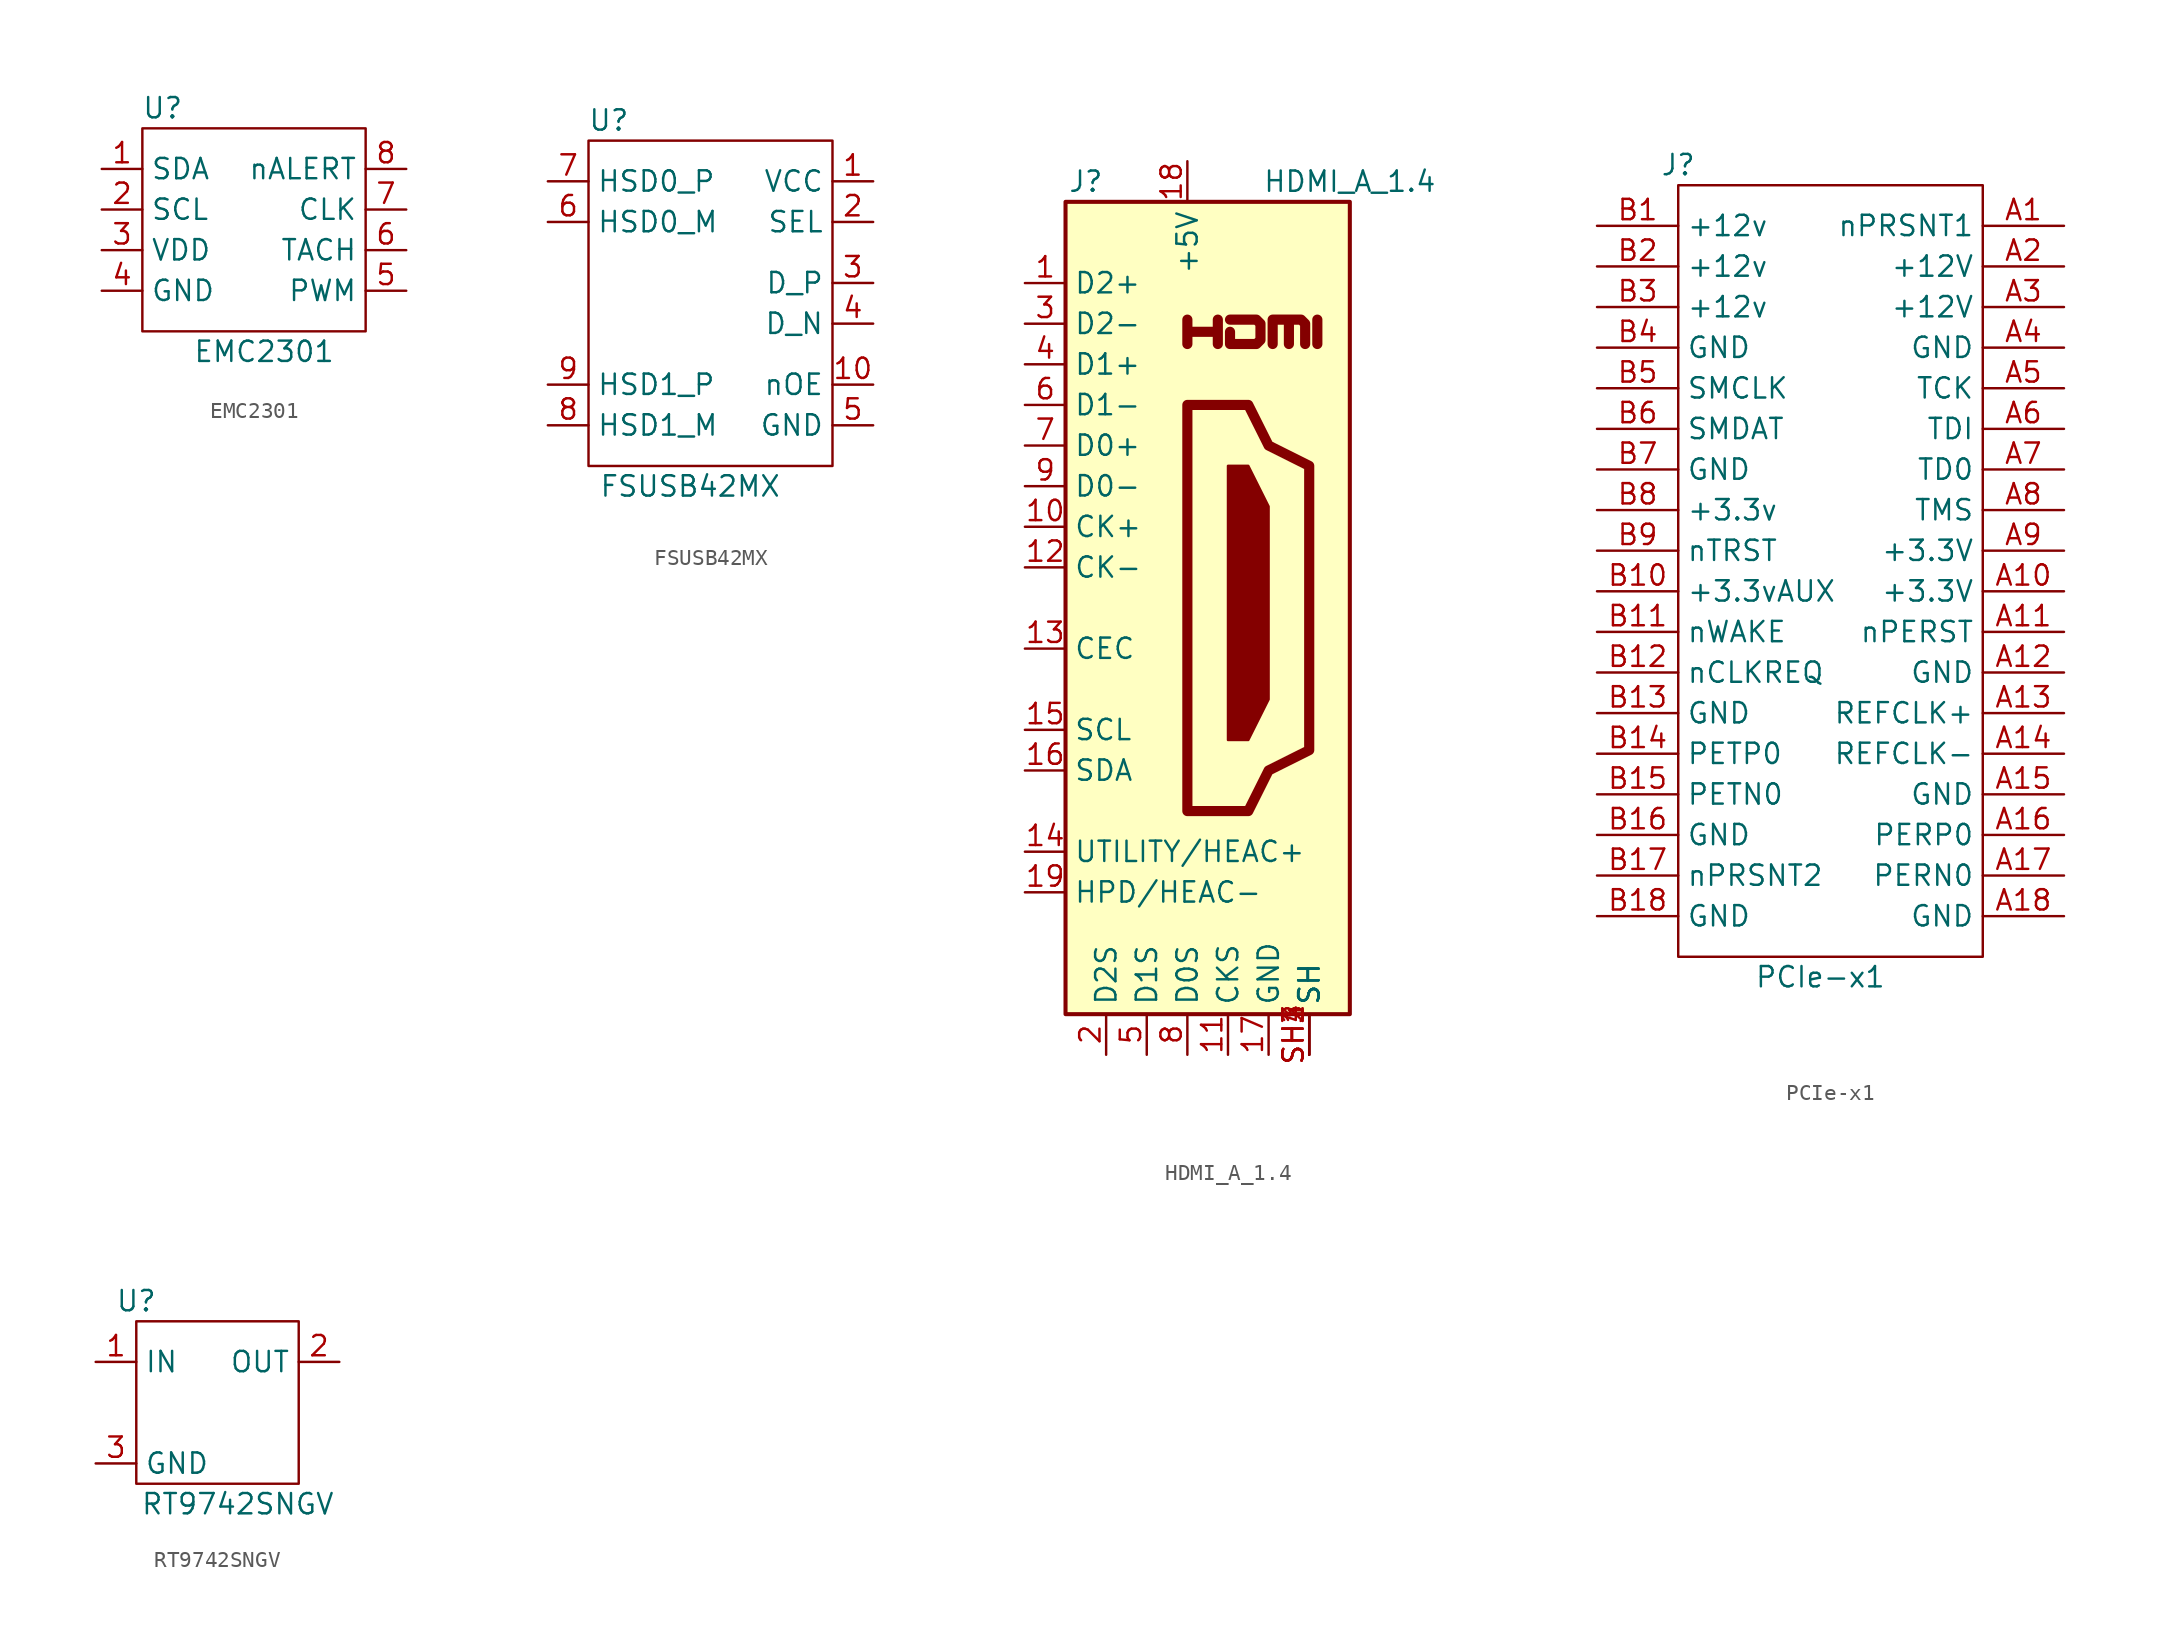
<source format=kicad_sym>
(kicad_symbol_lib
  (version 20201005)
  (generator kicad_symbol_editor)
  (symbol "AP2100:EMC2301"
    (property "Reference" "U"
      (at -7.62 13.97 0)
      (effects (font (size 1.27 1.27))))
    (property "Value" "EMC2301"
      (at -1.27 -1.27 0)
      (effects (font (size 1.27 1.27))))
    (symbol "EMC2301_0_1"
      (rectangle (start -8.89 12.7) (end 5.08 0) (stroke (width 0)) (fill (type none))))
    (symbol "EMC2301_0_0"
      (pin open_collector line (at -11.43 10.16 0) (length 2.54) (name "SDA" (effects (font (size 1.27 1.27)))) (number "1" (effects (font (size 1.27 1.27)))))
      (pin open_collector line (at -11.43 7.62 0) (length 2.54) (name "SCL" (effects (font (size 1.27 1.27)))) (number "2" (effects (font (size 1.27 1.27)))))
      (pin power_in line (at -11.43 5.08 0) (length 2.54) (name "VDD" (effects (font (size 1.27 1.27)))) (number "3" (effects (font (size 1.27 1.27)))))
      (pin power_in line (at -11.43 2.54 0) (length 2.54) (name "GND" (effects (font (size 1.27 1.27)))) (number "4" (effects (font (size 1.27 1.27)))))
      (pin output line (at 7.62 2.54 180) (length 2.54) (name "PWM" (effects (font (size 1.27 1.27)))) (number "5" (effects (font (size 1.27 1.27)))))
      (pin input line (at 7.62 5.08 180) (length 2.54) (name "TACH" (effects (font (size 1.27 1.27)))) (number "6" (effects (font (size 1.27 1.27)))))
      (pin input line (at 7.62 7.62 180) (length 2.54) (name "CLK" (effects (font (size 1.27 1.27)))) (number "7" (effects (font (size 1.27 1.27)))))
      (pin open_collector line (at 7.62 10.16 180) (length 2.54) (name "nALERT" (effects (font (size 1.27 1.27)))) (number "8" (effects (font (size 1.27 1.27)))))))
  (symbol "AP2100:FSUSB42MX"
    (property "Reference" "U"
      (at -7.62 20.32 0)
      (effects (font (size 1.27 1.27))))
    (property "Value" "FSUSB42MX"
      (at -2.54 -2.54 0)
      (effects (font (size 1.27 1.27))))
    (symbol "FSUSB42MX_0_1"
      (rectangle (start -8.89 19.05) (end 6.35 -1.27) (stroke (width 0)) (fill (type none))))
    (symbol "FSUSB42MX_0_0"
      (pin power_in line (at 8.89 16.51 180) (length 2.54) (name "VCC" (effects (font (size 1.27 1.27)))) (number "1" (effects (font (size 1.27 1.27)))))
      (pin input line (at 8.89 3.81 180) (length 2.54) (name "nOE" (effects (font (size 1.27 1.27)))) (number "10" (effects (font (size 1.27 1.27)))))
      (pin input line (at 8.89 13.97 180) (length 2.54) (name "SEL" (effects (font (size 1.27 1.27)))) (number "2" (effects (font (size 1.27 1.27)))))
      (pin bidirectional line (at 8.89 10.16 180) (length 2.54) (name "D_P" (effects (font (size 1.27 1.27)))) (number "3" (effects (font (size 1.27 1.27)))))
      (pin bidirectional line (at 8.89 7.62 180) (length 2.54) (name "D_N" (effects (font (size 1.27 1.27)))) (number "4" (effects (font (size 1.27 1.27)))))
      (pin power_in line (at 8.89 1.27 180) (length 2.54) (name "GND" (effects (font (size 1.27 1.27)))) (number "5" (effects (font (size 1.27 1.27)))))
      (pin bidirectional line (at -11.43 13.97 0) (length 2.54) (name "HSD0_M" (effects (font (size 1.27 1.27)))) (number "6" (effects (font (size 1.27 1.27)))))
      (pin bidirectional line (at -11.43 16.51 0) (length 2.54) (name "HSD0_P" (effects (font (size 1.27 1.27)))) (number "7" (effects (font (size 1.27 1.27)))))
      (pin bidirectional line (at -11.43 1.27 0) (length 2.54) (name "HSD1_M" (effects (font (size 1.27 1.27)))) (number "8" (effects (font (size 1.27 1.27)))))
      (pin bidirectional line (at -11.43 3.81 0) (length 2.54) (name "HSD1_P" (effects (font (size 1.27 1.27)))) (number "9" (effects (font (size 1.27 1.27)))))))
  (symbol "AP2100:HDMI_A_1.4"
    (property "Reference" "J"
      (at -6.35 26.67 0)
      (effects (font (size 1.27 1.27))))
    (property "Value" "HDMI_A_1.4"
      (at 10.16 26.67 0)
      (effects (font (size 1.27 1.27))))
    (symbol "HDMI_A_1.4_0_1"
      (rectangle (start -7.62 25.4) (end 10.16 -25.4) (stroke (width 0.254)) (fill (type background)))
      (polyline (pts (xy 2.54 8.89) (xy 3.81 8.89) (xy 5.08 6.35) (xy 5.08 -5.715) (xy 3.81 -8.255) (xy 2.54 -8.255) (xy 2.54 8.89)) (stroke (width 0)) (fill (type outline)))
      (polyline (pts (xy 5.334 16.51) (xy 5.334 18.034) (xy 6.35 18.034) (xy 6.35 16.51) (xy 6.35 18.034) (xy 7.112 18.034) (xy 7.366 17.78) (xy 7.366 16.51)) (stroke (width 0.635)) (fill (type none)))
      (polyline (pts (xy 0 12.7) (xy 0 -12.7) (xy 3.81 -12.7) (xy 5.08 -10.16) (xy 7.62 -8.89) (xy 7.62 8.89) (xy 5.08 10.16) (xy 3.81 12.7) (xy 0 12.7)) (stroke (width 0.635)) (fill (type none))))
    (symbol "HDMI_A_1.4_0_0"
      (polyline (pts (xy 8.128 16.51) (xy 8.128 18.034)) (stroke (width 0.635)) (fill (type none)))
      (polyline (pts (xy 0 16.51) (xy 0 18.034) (xy 0 17.272) (xy 1.905 17.272) (xy 1.905 18.034) (xy 1.905 16.51)) (stroke (width 0.635)) (fill (type none)))
      (polyline (pts (xy 2.667 18.034) (xy 4.318 18.034) (xy 4.572 17.78) (xy 4.572 16.764) (xy 4.318 16.51) (xy 2.667 16.51) (xy 2.667 17.272)) (stroke (width 0.635)) (fill (type none)))
      (pin passive line (at 7.62 -27.94 90) (length 2.54) (name "SH" (effects (font (size 1.27 1.27)))) (number "SH2" (effects (font (size 1.27 1.27)))))
      (pin passive line (at 7.62 -27.94 90) (length 2.54) (name "SH" (effects (font (size 1.27 1.27)))) (number "SH3" (effects (font (size 1.27 1.27)))))
      (pin passive line (at 7.62 -27.94 90) (length 2.54) (name "SH" (effects (font (size 1.27 1.27)))) (number "SH4" (effects (font (size 1.27 1.27))))))
    (symbol "HDMI_A_1.4_1_1"
      (pin passive line (at -10.16 20.32 0) (length 2.54) (name "D2+" (effects (font (size 1.27 1.27)))) (number "1" (effects (font (size 1.27 1.27)))))
      (pin passive line (at -10.16 5.08 0) (length 2.54) (name "CK+" (effects (font (size 1.27 1.27)))) (number "10" (effects (font (size 1.27 1.27)))))
      (pin power_in line (at 2.54 -27.94 90) (length 2.54) (name "CKS" (effects (font (size 1.27 1.27)))) (number "11" (effects (font (size 1.27 1.27)))))
      (pin passive line (at -10.16 2.54 0) (length 2.54) (name "CK-" (effects (font (size 1.27 1.27)))) (number "12" (effects (font (size 1.27 1.27)))))
      (pin bidirectional line (at -10.16 -2.54 0) (length 2.54) (name "CEC" (effects (font (size 1.27 1.27)))) (number "13" (effects (font (size 1.27 1.27)))))
      (pin passive line (at -10.16 -15.24 0) (length 2.54) (name "UTILITY/HEAC+" (effects (font (size 1.27 1.27)))) (number "14" (effects (font (size 1.27 1.27)))))
      (pin passive line (at -10.16 -7.62 0) (length 2.54) (name "SCL" (effects (font (size 1.27 1.27)))) (number "15" (effects (font (size 1.27 1.27)))))
      (pin bidirectional line (at -10.16 -10.16 0) (length 2.54) (name "SDA" (effects (font (size 1.27 1.27)))) (number "16" (effects (font (size 1.27 1.27)))))
      (pin power_in line (at 5.08 -27.94 90) (length 2.54) (name "GND" (effects (font (size 1.27 1.27)))) (number "17" (effects (font (size 1.27 1.27)))))
      (pin power_in line (at 0 27.94 270) (length 2.54) (name "+5V" (effects (font (size 1.27 1.27)))) (number "18" (effects (font (size 1.27 1.27)))))
      (pin passive line (at -10.16 -17.78 0) (length 2.54) (name "HPD/HEAC-" (effects (font (size 1.27 1.27)))) (number "19" (effects (font (size 1.27 1.27)))))
      (pin power_in line (at -5.08 -27.94 90) (length 2.54) (name "D2S" (effects (font (size 1.27 1.27)))) (number "2" (effects (font (size 1.27 1.27)))))
      (pin passive line (at -10.16 17.78 0) (length 2.54) (name "D2-" (effects (font (size 1.27 1.27)))) (number "3" (effects (font (size 1.27 1.27)))))
      (pin passive line (at -10.16 15.24 0) (length 2.54) (name "D1+" (effects (font (size 1.27 1.27)))) (number "4" (effects (font (size 1.27 1.27)))))
      (pin power_in line (at -2.54 -27.94 90) (length 2.54) (name "D1S" (effects (font (size 1.27 1.27)))) (number "5" (effects (font (size 1.27 1.27)))))
      (pin passive line (at -10.16 12.7 0) (length 2.54) (name "D1-" (effects (font (size 1.27 1.27)))) (number "6" (effects (font (size 1.27 1.27)))))
      (pin passive line (at -10.16 10.16 0) (length 2.54) (name "D0+" (effects (font (size 1.27 1.27)))) (number "7" (effects (font (size 1.27 1.27)))))
      (pin power_in line (at 0 -27.94 90) (length 2.54) (name "D0S" (effects (font (size 1.27 1.27)))) (number "8" (effects (font (size 1.27 1.27)))))
      (pin passive line (at -10.16 7.62 0) (length 2.54) (name "D0-" (effects (font (size 1.27 1.27)))) (number "9" (effects (font (size 1.27 1.27)))))
      (pin passive line (at 7.62 -27.94 90) (length 2.54) (name "SH" (effects (font (size 1.27 1.27)))) (number "SH1" (effects (font (size 1.27 1.27)))))))
  (symbol "AP2100:PCIe-x1"
    (property "Reference" "J"
      (at -13.97 36.83 0)
      (effects (font (size 1.27 1.27))))
    (property "Value" "PCIe-x1"
      (at -5.08 -13.97 0)
      (effects (font (size 1.27 1.27))))
    (symbol "PCIe-x1_0_1"
      (rectangle (start -13.97 35.56) (end 5.08 -12.7) (stroke (width 0)) (fill (type none))))
    (symbol "PCIe-x1_0_0"
      (pin passive line (at 10.16 33.02 180) (length 5.08) (name "nPRSNT1" (effects (font (size 1.27 1.27)))) (number "A1" (effects (font (size 1.27 1.27)))))
      (pin power_in line (at 10.16 10.16 180) (length 5.08) (name "+3.3V" (effects (font (size 1.27 1.27)))) (number "A10" (effects (font (size 1.27 1.27)))))
      (pin input line (at 10.16 7.62 180) (length 5.08) (name "nPERST" (effects (font (size 1.27 1.27)))) (number "A11" (effects (font (size 1.27 1.27)))))
      (pin power_in line (at 10.16 5.08 180) (length 5.08) (name "GND" (effects (font (size 1.27 1.27)))) (number "A12" (effects (font (size 1.27 1.27)))))
      (pin input line (at 10.16 2.54 180) (length 5.08) (name "REFCLK+" (effects (font (size 1.27 1.27)))) (number "A13" (effects (font (size 1.27 1.27)))))
      (pin input line (at 10.16 0 180) (length 5.08) (name "REFCLK-" (effects (font (size 1.27 1.27)))) (number "A14" (effects (font (size 1.27 1.27)))))
      (pin power_in line (at 10.16 -2.54 180) (length 5.08) (name "GND" (effects (font (size 1.27 1.27)))) (number "A15" (effects (font (size 1.27 1.27)))))
      (pin output line (at 10.16 -5.08 180) (length 5.08) (name "PERP0" (effects (font (size 1.27 1.27)))) (number "A16" (effects (font (size 1.27 1.27)))))
      (pin output line (at 10.16 -7.62 180) (length 5.08) (name "PERN0" (effects (font (size 1.27 1.27)))) (number "A17" (effects (font (size 1.27 1.27)))))
      (pin power_in line (at 10.16 -10.16 180) (length 5.08) (name "GND" (effects (font (size 1.27 1.27)))) (number "A18" (effects (font (size 1.27 1.27)))))
      (pin power_in line (at 10.16 30.48 180) (length 5.08) (name "+12V" (effects (font (size 1.27 1.27)))) (number "A2" (effects (font (size 1.27 1.27)))))
      (pin power_in line (at 10.16 27.94 180) (length 5.08) (name "+12V" (effects (font (size 1.27 1.27)))) (number "A3" (effects (font (size 1.27 1.27)))))
      (pin power_in line (at 10.16 25.4 180) (length 5.08) (name "GND" (effects (font (size 1.27 1.27)))) (number "A4" (effects (font (size 1.27 1.27)))))
      (pin input line (at 10.16 22.86 180) (length 5.08) (name "TCK" (effects (font (size 1.27 1.27)))) (number "A5" (effects (font (size 1.27 1.27)))))
      (pin input line (at 10.16 20.32 180) (length 5.08) (name "TDI" (effects (font (size 1.27 1.27)))) (number "A6" (effects (font (size 1.27 1.27)))))
      (pin output line (at 10.16 17.78 180) (length 5.08) (name "TD0" (effects (font (size 1.27 1.27)))) (number "A7" (effects (font (size 1.27 1.27)))))
      (pin input line (at 10.16 15.24 180) (length 5.08) (name "TMS" (effects (font (size 1.27 1.27)))) (number "A8" (effects (font (size 1.27 1.27)))))
      (pin power_in line (at 10.16 12.7 180) (length 5.08) (name "+3.3V" (effects (font (size 1.27 1.27)))) (number "A9" (effects (font (size 1.27 1.27)))))
      (pin power_in line (at -19.05 33.02 0) (length 5.08) (name "+12v" (effects (font (size 1.27 1.27)))) (number "B1" (effects (font (size 1.27 1.27)))))
      (pin power_in line (at -19.05 10.16 0) (length 5.08) (name "+3.3vAUX" (effects (font (size 1.27 1.27)))) (number "B10" (effects (font (size 1.27 1.27)))))
      (pin open_collector line (at -19.05 7.62 0) (length 5.08) (name "nWAKE" (effects (font (size 1.27 1.27)))) (number "B11" (effects (font (size 1.27 1.27)))))
      (pin open_collector line (at -19.05 5.08 0) (length 5.08) (name "nCLKREQ" (effects (font (size 1.27 1.27)))) (number "B12" (effects (font (size 1.27 1.27)))))
      (pin power_in line (at -19.05 2.54 0) (length 5.08) (name "GND" (effects (font (size 1.27 1.27)))) (number "B13" (effects (font (size 1.27 1.27)))))
      (pin input line (at -19.05 0 0) (length 5.08) (name "PETP0" (effects (font (size 1.27 1.27)))) (number "B14" (effects (font (size 1.27 1.27)))))
      (pin input line (at -19.05 -2.54 0) (length 5.08) (name "PETN0" (effects (font (size 1.27 1.27)))) (number "B15" (effects (font (size 1.27 1.27)))))
      (pin power_in line (at -19.05 -5.08 0) (length 5.08) (name "GND" (effects (font (size 1.27 1.27)))) (number "B16" (effects (font (size 1.27 1.27)))))
      (pin passive line (at -19.05 -7.62 0) (length 5.08) (name "nPRSNT2" (effects (font (size 1.27 1.27)))) (number "B17" (effects (font (size 1.27 1.27)))))
      (pin power_in line (at -19.05 -10.16 0) (length 5.08) (name "GND" (effects (font (size 1.27 1.27)))) (number "B18" (effects (font (size 1.27 1.27)))))
      (pin power_in line (at -19.05 30.48 0) (length 5.08) (name "+12v" (effects (font (size 1.27 1.27)))) (number "B2" (effects (font (size 1.27 1.27)))))
      (pin power_in line (at -19.05 27.94 0) (length 5.08) (name "+12v" (effects (font (size 1.27 1.27)))) (number "B3" (effects (font (size 1.27 1.27)))))
      (pin power_in line (at -19.05 25.4 0) (length 5.08) (name "GND" (effects (font (size 1.27 1.27)))) (number "B4" (effects (font (size 1.27 1.27)))))
      (pin passive line (at -19.05 22.86 0) (length 5.08) (name "SMCLK" (effects (font (size 1.27 1.27)))) (number "B5" (effects (font (size 1.27 1.27)))))
      (pin passive line (at -19.05 20.32 0) (length 5.08) (name "SMDAT" (effects (font (size 1.27 1.27)))) (number "B6" (effects (font (size 1.27 1.27)))))
      (pin power_in line (at -19.05 17.78 0) (length 5.08) (name "GND" (effects (font (size 1.27 1.27)))) (number "B7" (effects (font (size 1.27 1.27)))))
      (pin power_in line (at -19.05 15.24 0) (length 5.08) (name "+3.3v" (effects (font (size 1.27 1.27)))) (number "B8" (effects (font (size 1.27 1.27)))))
      (pin input line (at -19.05 12.7 0) (length 5.08) (name "nTRST" (effects (font (size 1.27 1.27)))) (number "B9" (effects (font (size 1.27 1.27)))))))
  (symbol "AP2100:RT9742SNGV"
    (property "Reference" "U"
      (at -2.54 7.62 0)
      (effects (font (size 1.27 1.27))))
    (property "Value" "RT9742SNGV"
      (at 3.81 -5.08 0)
      (effects (font (size 1.27 1.27))))
    (symbol "RT9742SNGV_0_1"
      (rectangle (start -2.54 6.35) (end 7.62 -3.81) (stroke (width 0)) (fill (type none))))
    (symbol "RT9742SNGV_1_1"
      (pin power_in line (at -5.08 3.81 0) (length 2.54) (name "IN" (effects (font (size 1.27 1.27)))) (number "1" (effects (font (size 1.27 1.27)))))
      (pin power_in line (at 10.16 3.81 180) (length 2.54) (name "OUT" (effects (font (size 1.27 1.27)))) (number "2" (effects (font (size 1.27 1.27)))))
      (pin power_in line (at -5.08 -2.54 0) (length 2.54) (name "GND" (effects (font (size 1.27 1.27)))) (number "3" (effects (font (size 1.27 1.27))))))))
</source>
